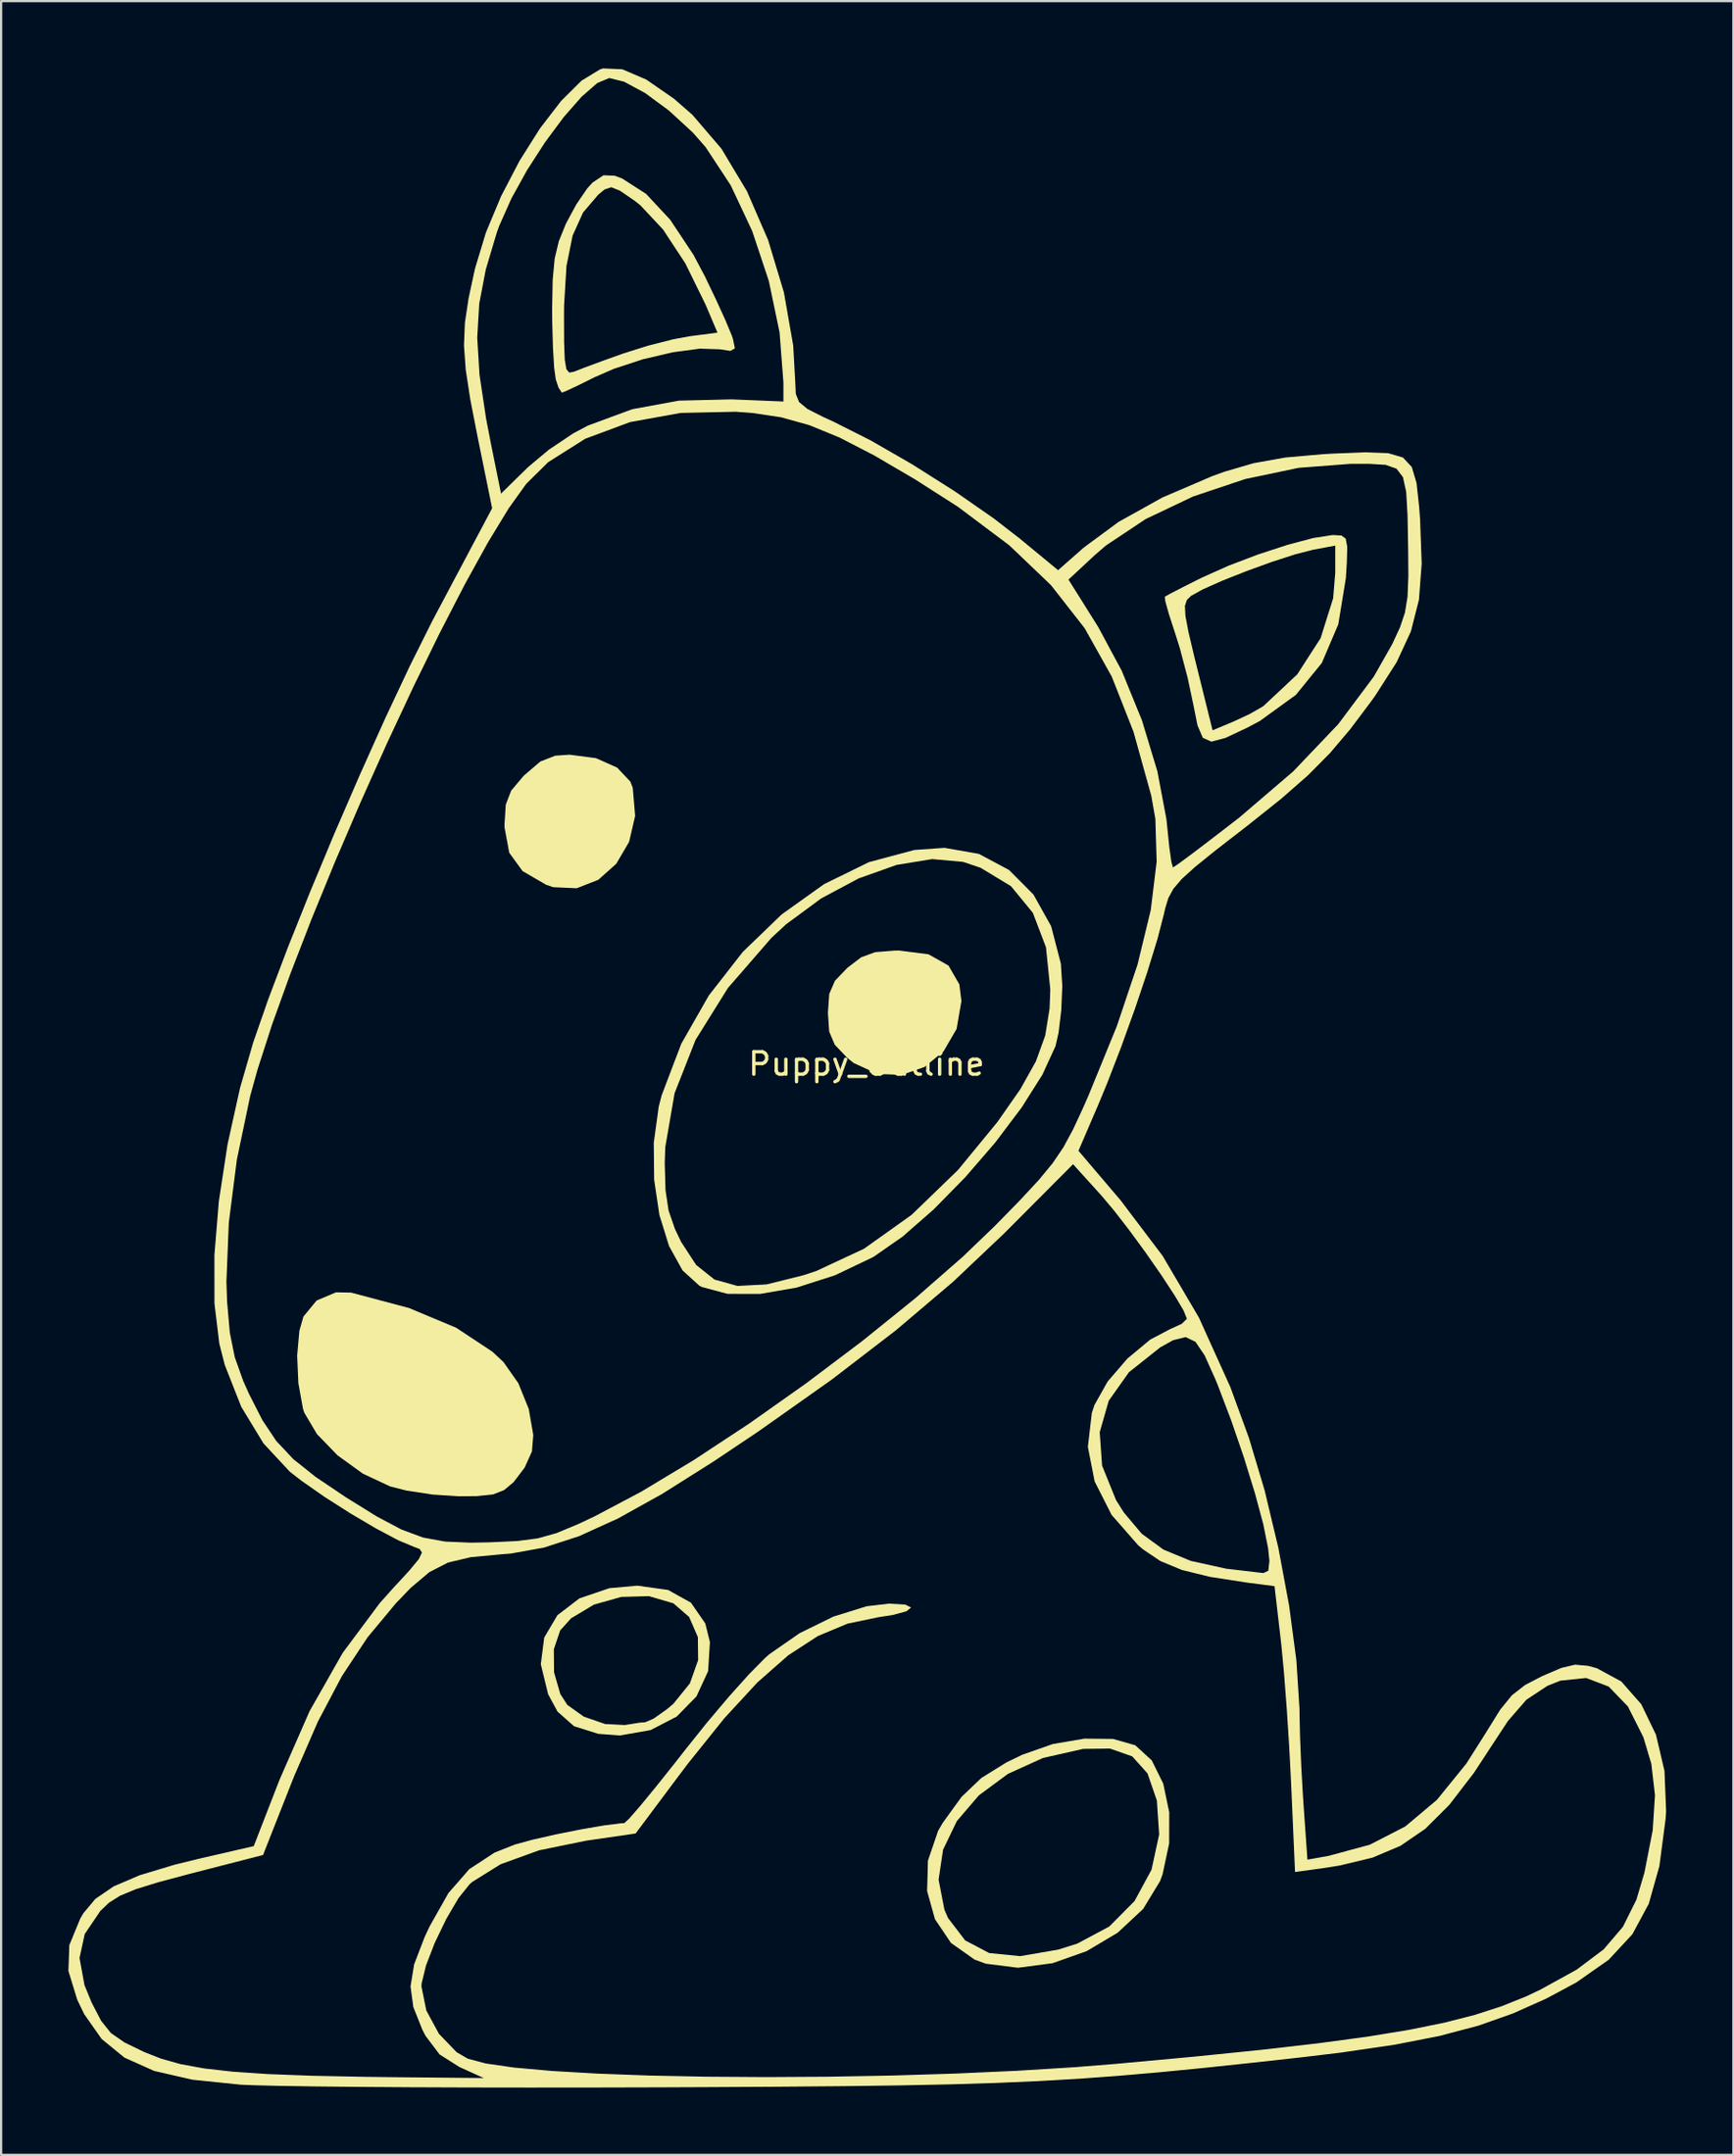
<source format=kicad_pcb>
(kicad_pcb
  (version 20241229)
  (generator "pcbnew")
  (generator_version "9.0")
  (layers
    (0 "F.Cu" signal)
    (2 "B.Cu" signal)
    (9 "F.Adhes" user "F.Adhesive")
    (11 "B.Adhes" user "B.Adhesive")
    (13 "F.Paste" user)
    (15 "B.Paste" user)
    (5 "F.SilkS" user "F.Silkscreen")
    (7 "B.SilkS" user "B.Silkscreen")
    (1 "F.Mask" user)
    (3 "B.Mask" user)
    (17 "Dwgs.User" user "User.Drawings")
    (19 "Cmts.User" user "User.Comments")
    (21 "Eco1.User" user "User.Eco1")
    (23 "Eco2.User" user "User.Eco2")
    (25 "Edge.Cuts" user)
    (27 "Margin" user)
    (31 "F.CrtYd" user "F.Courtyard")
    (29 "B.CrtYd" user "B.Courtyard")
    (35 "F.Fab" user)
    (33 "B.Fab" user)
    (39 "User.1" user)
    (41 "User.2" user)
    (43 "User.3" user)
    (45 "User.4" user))
  (footprint "Puppy_Outline"
    (layer "F.Cu")
    (at 35.586 44.878)
    (property "Reference" "Puppy_Outline" (at 0 -0.5 0) (unlocked yes) (layer "F.SilkS") (effects (font (size 1 1) (thickness 0.15))))
    (attr smd)
    (fp_poly (pts (xy 2.769 -5.388) (xy 3.66 -4.884) (xy 4.141 -4.047) (xy 4.233 -3.306) (xy 4.018 -2.063) (xy 3.439 -1.067) (xy 2.592 -0.369) (xy 1.577 -0.015) (xy 0.491 -0.056) (xy -0.567 -0.541) (xy -0.856 -0.772) (xy -1.412 -1.354) (xy -1.662 -1.942) (xy -1.72 -2.778) (xy -1.66 -3.625) (xy -1.405 -4.211) (xy -0.856 -4.784) (xy -0.24 -5.254) (xy 0.385 -5.485) (xy 1.255 -5.555) (xy 1.471 -5.556)) (stroke (width 0) (type solid)) (fill yes) (layer "F.SilkS"))
    (fp_poly (pts (xy -12.063 -14.133) (xy -11.119 -13.712) (xy -10.528 -13.086) (xy -10.422 -12.811) (xy -10.315 -11.558) (xy -10.584 -10.403) (xy -11.157 -9.425) (xy -11.961 -8.708) (xy -12.923 -8.333) (xy -13.97 -8.381) (xy -14.287 -8.489) (xy -15.335 -9.099) (xy -15.93 -9.918) (xy -16.138 -11.039) (xy -16.14 -11.185) (xy -16.084 -12.063) (xy -15.843 -12.685) (xy -15.309 -13.319) (xy -15.24 -13.388) (xy -14.546 -13.98) (xy -13.886 -14.241) (xy -13.242 -14.287)) (stroke (width 0) (type solid)) (fill yes) (layer "F.SilkS"))
    (fp_poly (pts (xy -22.979 9.691) (xy -20.393 10.38) (xy -18.295 11.258) (xy -16.678 12.327) (xy -16.188 12.785) (xy -15.524 13.728) (xy -15.058 14.883) (xy -14.857 16.039) (xy -14.918 16.773) (xy -15.242 17.49) (xy -15.741 18.147) (xy -16.163 18.496) (xy -16.653 18.688) (xy -17.378 18.763) (xy -18.178 18.769) (xy -19.345 18.694) (xy -20.516 18.515) (xy -21.243 18.33) (xy -22.454 17.763) (xy -23.585 16.946) (xy -24.501 16) (xy -25.068 15.045) (xy -25.126 14.868) (xy -25.332 13.73) (xy -25.386 12.502) (xy -25.288 11.397) (xy -25.106 10.757) (xy -24.515 10.042) (xy -23.655 9.679)) (stroke (width 0) (type solid)) (fill yes) (layer "F.SilkS"))
    (fp_poly (pts (xy -8.844 22.947) (xy -7.827 23.513) (xy -7.189 24.437) (xy -6.981 25.268) (xy -7.061 26.563) (xy -7.582 27.692) (xy -8.463 28.59) (xy -9.625 29.192) (xy -10.988 29.432) (xy -11.959 29.36) (xy -13.04 29.02) (xy -13.776 28.369) (xy -14.196 27.591) (xy -14.522 26.258) (xy -14.437 25.589) (xy -13.941 25.589) (xy -13.932 26.613) (xy -13.654 27.582) (xy -13.339 28.07) (xy -12.607 28.592) (xy -11.656 28.922) (xy -10.766 28.967) (xy -10.716 28.958) (xy -10.118 28.862) (xy -9.865 28.843) (xy -9.487 28.678) (xy -8.902 28.264) (xy -8.616 28.026) (xy -7.873 27.108) (xy -7.507 26.073) (xy -7.519 25.046) (xy -7.908 24.15) (xy -8.611 23.541) (xy -9.697 23.222) (xy -10.936 23.256) (xy -12.153 23.599) (xy -13.173 24.211) (xy -13.658 24.75) (xy -13.941 25.589) (xy -14.437 25.589) (xy -14.37 25.067) (xy -13.781 24.071) (xy -12.799 23.32) (xy -11.466 22.867) (xy -10.217 22.754)) (stroke (width 0) (type solid)) (fill yes) (layer "F.SilkS"))
    (fp_poly (pts (xy 10.993 29.586) (xy 11.982 29.868) (xy 11.985 29.87) (xy 12.72 30.542) (xy 13.232 31.579) (xy 13.499 32.855) (xy 13.496 34.244) (xy 13.202 35.623) (xy 13.091 35.923) (xy 12.336 37.164) (xy 11.204 38.222) (xy 9.817 39.046) (xy 8.294 39.584) (xy 6.754 39.787) (xy 5.317 39.605) (xy 4.82 39.422) (xy 3.769 38.682) (xy 3.055 37.625) (xy 2.703 36.365) (xy 2.717 35.86) (xy 3.215 35.86) (xy 3.476 37.203) (xy 3.638 37.571) (xy 4.397 38.564) (xy 5.468 39.13) (xy 6.849 39.269) (xy 8.539 38.98) (xy 9.393 38.712) (xy 10.827 37.947) (xy 11.951 36.815) (xy 12.71 35.415) (xy 13.05 33.842) (xy 12.947 32.329) (xy 12.531 31.124) (xy 11.849 30.364) (xy 10.858 30.016) (xy 9.657 30.031) (xy 7.872 30.434) (xy 6.306 31.145) (xy 5.009 32.103) (xy 4.029 33.249) (xy 3.415 34.522) (xy 3.215 35.86) (xy 2.717 35.86) (xy 2.74 35.014) (xy 3.192 33.685) (xy 3.402 33.323) (xy 4.238 32.17) (xy 5.12 31.328) (xy 6.239 30.634) (xy 6.936 30.295) (xy 8.311 29.813) (xy 9.717 29.573)) (stroke (width 0) (type solid)) (fill yes) (layer "F.SilkS"))
    (fp_poly (pts (xy 21.175 -24.057) (xy 21.366 -23.921) (xy 21.436 -23.556) (xy 21.418 -22.849) (xy 21.375 -22.159) (xy 21.038 -20.099) (xy 20.303 -18.376) (xy 19.145 -16.952) (xy 17.539 -15.789) (xy 17.008 -15.507) (xy 16.015 -15.038) (xy 15.379 -14.867) (xy 14.996 -15.039) (xy 14.759 -15.594) (xy 14.578 -16.498) (xy 14.319 -17.72) (xy 13.974 -19.025) (xy 13.757 -19.717) (xy 13.491 -20.532) (xy 13.381 -20.922) (xy 14.199 -20.922) (xy 14.22 -20.48) (xy 14.357 -19.756) (xy 14.618 -18.653) (xy 14.729 -18.205) (xy 15.432 -15.375) (xy 16.361 -15.763) (xy 17.092 -16.104) (xy 17.658 -16.428) (xy 17.707 -16.462) (xy 19.206 -17.866) (xy 20.248 -19.48) (xy 20.808 -21.259) (xy 20.902 -22.397) (xy 20.902 -23.607) (xy 19.91 -23.422) (xy 19.13 -23.222) (xy 18.093 -22.887) (xy 16.954 -22.475) (xy 15.865 -22.043) (xy 14.982 -21.65) (xy 14.473 -21.366) (xy 14.286 -21.185) (xy 14.199 -20.922) (xy 13.381 -20.922) (xy 13.327 -21.116) (xy 13.3 -21.326) (xy 13.556 -21.471) (xy 14.156 -21.78) (xy 14.954 -22.18) (xy 16.139 -22.71) (xy 17.46 -23.212) (xy 18.767 -23.639) (xy 19.913 -23.943) (xy 20.75 -24.075) (xy 20.832 -24.077)) (stroke (width 0) (type solid)) (fill yes) (layer "F.SilkS"))
    (fp_poly (pts (xy -11.234 -40.096) (xy -10.892 -39.97) (xy -9.827 -39.285) (xy -8.752 -38.132) (xy -7.716 -36.571) (xy -7.194 -35.586) (xy -6.7 -34.553) (xy -6.281 -33.632) (xy -6.008 -32.977) (xy -5.958 -32.835) (xy -5.867 -32.402) (xy -6.065 -32.285) (xy -6.544 -32.358) (xy -7.436 -32.386) (xy -8.634 -32.225) (xy -9.969 -31.913) (xy -11.269 -31.486) (xy -12.131 -31.109) (xy -12.879 -30.739) (xy -13.413 -30.491) (xy -13.586 -30.427) (xy -13.731 -30.647) (xy -13.856 -31.022) (xy -13.927 -31.543) (xy -13.981 -32.439) (xy -14.012 -33.555) (xy -14.015 -33.905) (xy -13.488 -33.905) (xy -13.483 -32.679) (xy -13.454 -31.897) (xy -13.383 -31.473) (xy -13.255 -31.32) (xy -13.056 -31.353) (xy -13.031 -31.364) (xy -12.552 -31.551) (xy -11.751 -31.847) (xy -10.848 -32.17) (xy -9.74 -32.519) (xy -8.618 -32.804) (xy -7.887 -32.939) (xy -6.645 -33.101) (xy -7.173 -34.344) (xy -8.076 -36.184) (xy -9.069 -37.694) (xy -10.091 -38.785) (xy -10.351 -38.988) (xy -10.993 -39.427) (xy -11.379 -39.583) (xy -11.682 -39.481) (xy -11.958 -39.252) (xy -12.639 -38.455) (xy -13.104 -37.424) (xy -13.377 -36.072) (xy -13.484 -34.313) (xy -13.488 -33.905) (xy -14.015 -33.905) (xy -14.017 -34.131) (xy -13.993 -35.445) (xy -13.903 -36.403) (xy -13.719 -37.175) (xy -13.412 -37.934) (xy -13.396 -37.968) (xy -12.939 -38.816) (xy -12.454 -39.526) (xy -12.215 -39.789) (xy -11.73 -40.115)) (stroke (width 0) (type solid)) (fill yes) (layer "F.SilkS"))
    (fp_poly (pts (xy 5.011 -9.866) (xy 6.353 -9.15) (xy 7.445 -8.053) (xy 8.235 -6.639) (xy 8.667 -4.972) (xy 8.731 -3.978) (xy 8.685 -2.9) (xy 8.566 -1.9) (xy 8.429 -1.296) (xy 7.846 -0.028) (xy 6.92 1.438) (xy 5.743 2.999) (xy 4.404 4.549) (xy 2.995 5.983) (xy 1.607 7.197) (xy 0.33 8.086) (xy 0.265 8.123) (xy -1.407 8.92) (xy -3.115 9.468) (xy -4.747 9.75) (xy -6.193 9.747) (xy -7.343 9.441) (xy -7.448 9.387) (xy -8.202 8.702) (xy -8.805 7.613) (xy -9.234 6.23) (xy -9.468 4.662) (xy -9.476 3.927) (xy -8.996 3.927) (xy -8.961 5.129) (xy -8.825 6.029) (xy -8.542 6.851) (xy -8.268 7.427) (xy -7.596 8.458) (xy -6.779 9.109) (xy -5.753 9.394) (xy -4.454 9.326) (xy -2.817 8.918) (xy -2.236 8.727) (xy -0.101 7.73) (xy 2.013 6.223) (xy 4.08 4.225) (xy 5.833 2.092) (xy 6.859 0.625) (xy 7.554 -0.617) (xy 7.97 -1.77) (xy 8.164 -2.971) (xy 8.196 -3.819) (xy 8.004 -5.701) (xy 7.417 -7.24) (xy 6.443 -8.425) (xy 5.087 -9.247) (xy 4.305 -9.509) (xy 2.927 -9.633) (xy 1.342 -9.374) (xy -0.344 -8.775) (xy -2.023 -7.878) (xy -3.587 -6.725) (xy -4.239 -6.121) (xy -6.18 -3.886) (xy -7.622 -1.573) (xy -8.556 0.8) (xy -8.973 3.213) (xy -8.996 3.927) (xy -9.476 3.927) (xy -9.486 3.018) (xy -9.265 1.407) (xy -9.136 0.904) (xy -8.258 -1.403) (xy -7.03 -3.554) (xy -5.517 -5.494) (xy -3.781 -7.168) (xy -1.886 -8.52) (xy 0.106 -9.496) (xy 2.131 -10.039) (xy 3.477 -10.135)) (stroke (width 0) (type solid)) (fill yes) (layer "F.SilkS"))
    (fp_poly (pts (xy -10.889 -44.84) (xy -9.817 -44.38) (xy -8.586 -43.529) (xy -7.761 -42.809) (xy -6.471 -41.304) (xy -5.33 -39.403) (xy -4.385 -37.225) (xy -3.682 -34.893) (xy -3.268 -32.528) (xy -3.176 -30.893) (xy -3.151 -30.367) (xy -3.005 -30.005) (xy -2.635 -29.7) (xy -1.935 -29.343) (xy -1.459 -29.125) (xy 0.185 -28.297) (xy 2.042 -27.228) (xy 3.932 -26.031) (xy 5.676 -24.818) (xy 6.822 -23.931) (xy 8.543 -22.512) (xy 9.684 -23.516) (xy 11.24 -24.664) (xy 13.194 -25.751) (xy 15.415 -26.704) (xy 15.942 -26.895) (xy 17.256 -27.28) (xy 18.671 -27.533) (xy 20.381 -27.685) (xy 20.782 -27.707) (xy 22.241 -27.765) (xy 23.258 -27.729) (xy 23.921 -27.533) (xy 24.314 -27.112) (xy 24.526 -26.4) (xy 24.643 -25.332) (xy 24.685 -24.765) (xy 24.756 -22.805) (xy 24.634 -21.196) (xy 24.275 -19.783) (xy 23.639 -18.409) (xy 22.684 -16.918) (xy 22.501 -16.662) (xy 21.559 -15.409) (xy 20.657 -14.348) (xy 19.68 -13.363) (xy 18.511 -12.339) (xy 17.035 -11.16) (xy 16.757 -10.945) (xy 15.525 -9.99) (xy 14.648 -9.281) (xy 14.057 -8.746) (xy 13.684 -8.31) (xy 13.462 -7.901) (xy 13.321 -7.445) (xy 13.26 -7.174) (xy 12.975 -6.072) (xy 12.53 -4.625) (xy 11.976 -2.976) (xy 11.359 -1.267) (xy 10.731 0.36) (xy 10.319 1.354) (xy 9.452 3.369) (xy 11.326 5.571) (xy 13.203 8.051) (xy 14.821 10.801) (xy 16.229 13.914) (xy 17.054 16.171) (xy 17.757 18.522) (xy 18.364 21.065) (xy 18.844 23.638) (xy 19.168 26.077) (xy 19.306 28.219) (xy 19.309 28.468) (xy 19.332 29.506) (xy 19.387 30.826) (xy 19.465 32.186) (xy 19.488 32.525) (xy 19.661 34.968) (xy 20.613 34.797) (xy 22.439 34.303) (xy 24.022 33.49) (xy 25.434 32.303) (xy 26.748 30.684) (xy 27.649 29.262) (xy 28.256 28.283) (xy 28.781 27.638) (xy 29.368 27.181) (xy 30.126 26.787) (xy 30.987 26.419) (xy 31.597 26.276) (xy 32.169 26.327) (xy 32.566 26.434) (xy 33.656 27.025) (xy 34.546 28.039) (xy 35.201 29.394) (xy 35.582 31.011) (xy 35.655 32.809) (xy 35.631 33.159) (xy 35.355 35.253) (xy 34.883 36.932) (xy 34.151 38.291) (xy 33.095 39.43) (xy 31.649 40.443) (xy 30.324 41.154) (xy 28.84 41.818) (xy 27.282 42.368) (xy 25.551 42.826) (xy 23.549 43.217) (xy 21.178 43.565) (xy 19.447 43.773) (xy 17.082 44.035) (xy 14.969 44.259) (xy 13.039 44.448) (xy 11.225 44.605) (xy 9.46 44.735) (xy 7.676 44.838) (xy 5.805 44.92) (xy 3.78 44.983) (xy 1.533 45.03) (xy -1.002 45.064) (xy -3.895 45.089) (xy -7.211 45.108) (xy -9.26 45.117) (xy -12.2 45.125) (xy -15.061 45.127) (xy -17.786 45.123) (xy -20.316 45.113) (xy -22.594 45.097) (xy -24.561 45.077) (xy -26.161 45.052) (xy -27.334 45.023) (xy -27.914 44.998) (xy -30.059 44.776) (xy -31.761 44.386) (xy -33.086 43.793) (xy -34.104 42.961) (xy -34.882 41.854) (xy -35.191 41.213) (xy -35.586 39.927) (xy -35.565 39.35) (xy -35.09 39.35) (xy -34.87 40.558) (xy -34.549 41.34) (xy -34.125 42.154) (xy -33.694 42.693) (xy -33.089 43.113) (xy -32.21 43.541) (xy -31.447 43.841) (xy -30.578 44.084) (xy -29.538 44.274) (xy -28.262 44.419) (xy -26.685 44.526) (xy -24.744 44.6) (xy -22.373 44.648) (xy -20.902 44.666) (xy -17.066 44.703) (xy -18.152 44.21) (xy -19.036 43.65) (xy -19.666 42.816) (xy -19.806 42.544) (xy -20.207 41.535) (xy -20.331 40.616) (xy -20.169 39.633) (xy -19.708 38.431) (xy -19.483 37.948) (xy -18.641 36.457) (xy -17.712 35.393) (xy -16.589 34.656) (xy -15.685 34.296) (xy -14.905 34.082) (xy -13.86 33.844) (xy -12.73 33.619) (xy -11.698 33.441) (xy -10.943 33.346) (xy -10.8 33.339) (xy -10.584 33.141) (xy -10.107 32.593) (xy -9.427 31.768) (xy -8.605 30.738) (xy -8.103 30.096) (xy -7.122 28.87) (xy -6.138 27.706) (xy -5.246 26.711) (xy -4.54 25.994) (xy -4.343 25.818) (xy -2.985 24.874) (xy -1.477 24.134) (xy 0.004 23.673) (xy 1.008 23.554) (xy 1.741 23.602) (xy 1.988 23.729) (xy 1.78 23.897) (xy 1.146 24.067) (xy 0.537 24.159) (xy -0.842 24.447) (xy -2.167 24.999) (xy -3.49 25.859) (xy -4.862 27.066) (xy -6.337 28.663) (xy -7.964 30.69) (xy -8.391 31.255) (xy -10.295 33.802) (xy -12.49 34.12) (xy -14.602 34.552) (xy -16.317 35.174) (xy -17.583 35.963) (xy -17.695 36.062) (xy -18.192 36.682) (xy -18.737 37.61) (xy -19.248 38.67) (xy -19.642 39.687) (xy -19.836 40.485) (xy -19.844 40.618) (xy -19.628 41.69) (xy -19.063 42.732) (xy -18.275 43.55) (xy -17.778 43.839) (xy -16.974 44.054) (xy -15.703 44.237) (xy -14.025 44.387) (xy -12.002 44.505) (xy -9.696 44.591) (xy -7.166 44.642) (xy -4.475 44.66) (xy -1.683 44.643) (xy 1.149 44.591) (xy 3.959 44.503) (xy 6.687 44.38) (xy 9.271 44.22) (xy 11.113 44.072) (xy 14.58 43.752) (xy 17.569 43.449) (xy 20.132 43.154) (xy 22.318 42.86) (xy 24.179 42.557) (xy 25.765 42.235) (xy 27.128 41.887) (xy 28.317 41.503) (xy 29.384 41.075) (xy 30.03 40.772) (xy 31.667 39.87) (xy 32.871 38.965) (xy 33.728 37.961) (xy 34.327 36.759) (xy 34.689 35.544) (xy 35.056 33.663) (xy 35.158 32.095) (xy 34.995 30.693) (xy 34.644 29.517) (xy 33.951 28.139) (xy 33.096 27.254) (xy 32.089 26.869) (xy 30.942 26.989) (xy 30.358 27.222) (xy 29.425 27.838) (xy 28.607 28.78) (xy 28.3 29.245) (xy 27.085 31.099) (xy 25.986 32.527) (xy 24.921 33.59) (xy 23.807 34.353) (xy 22.562 34.878) (xy 21.103 35.229) (xy 20.309 35.354) (xy 19.108 35.518) (xy 18.934 31.584) (xy 18.849 29.933) (xy 18.738 28.225) (xy 18.616 26.644) (xy 18.496 25.376) (xy 18.477 25.213) (xy 18.194 22.777) (xy 16.968 22.618) (xy 15.31 22.361) (xy 14.062 22.054) (xy 13.106 21.658) (xy 12.322 21.131) (xy 12.113 20.951) (xy 10.929 19.599) (xy 10.173 18.109) (xy 9.871 16.566) (xy 9.947 15.915) (xy 10.399 15.915) (xy 10.505 17.405) (xy 11.13 18.945) (xy 11.471 19.487) (xy 12.27 20.436) (xy 13.235 21.143) (xy 14.459 21.65) (xy 16.034 21.997) (xy 17.697 22.193) (xy 17.918 22.088) (xy 17.966 21.651) (xy 17.908 21.087) (xy 17.696 20.03) (xy 17.32 18.63) (xy 16.825 17.028) (xy 16.255 15.367) (xy 15.653 13.79) (xy 15.559 13.56) (xy 15.081 12.495) (xy 14.668 11.883) (xy 14.229 11.673) (xy 13.675 11.812) (xy 13.097 12.133) (xy 11.703 13.24) (xy 10.801 14.513) (xy 10.399 15.915) (xy 9.947 15.915) (xy 10.048 15.052) (xy 10.167 14.697) (xy 10.752 13.656) (xy 11.635 12.63) (xy 12.651 11.786) (xy 13.52 11.328) (xy 14.058 11.082) (xy 14.287 10.859) (xy 14.287 10.856) (xy 14.137 10.487) (xy 13.732 9.804) (xy 13.146 8.911) (xy 12.451 7.911) (xy 11.717 6.909) (xy 11.017 6.007) (xy 10.468 5.357) (xy 9.211 3.968) (xy 6.133 7.057) (xy 3.86 9.21) (xy 1.318 11.366) (xy -1.555 13.573) (xy -4.826 15.884) (xy -6.827 17.224) (xy -9.107 18.662) (xy -11.079 19.759) (xy -12.814 20.548) (xy -14.382 21.058) (xy -15.855 21.322) (xy -16.272 21.356) (xy -17.643 21.484) (xy -18.66 21.724) (xy -19.497 22.155) (xy -20.329 22.859) (xy -20.975 23.529) (xy -22.25 25.062) (xy -23.391 26.786) (xy -24.458 28.807) (xy -25.514 31.233) (xy -25.661 31.601) (xy -26.907 34.76) (xy -30.17 35.599) (xy -31.586 35.977) (xy -32.589 36.288) (xy -33.283 36.576) (xy -33.772 36.883) (xy -34.16 37.252) (xy -34.164 37.257) (xy -34.858 38.283) (xy -35.09 39.35) (xy -35.565 39.35) (xy -35.545 38.779) (xy -35.055 37.588) (xy -34.917 37.354) (xy -34.379 36.712) (xy -33.568 36.159) (xy -32.414 35.664) (xy -30.845 35.192) (xy -29.705 34.913) (xy -27.322 34.365) (xy -26.171 31.404) (xy -24.834 28.352) (xy -23.356 25.75) (xy -21.698 23.525) (xy -21.116 22.875) (xy -20.375 22.071) (xy -19.958 21.566) (xy -19.822 21.277) (xy -19.924 21.12) (xy -20.164 21.03) (xy -20.872 20.734) (xy -21.867 20.207) (xy -23.011 19.533) (xy -24.165 18.797) (xy -25.192 18.08) (xy -25.716 17.672) (xy -26.886 16.415) (xy -27.879 14.781) (xy -28.615 12.913) (xy -28.857 11.964) (xy -29.074 10.172) (xy -29.075 9.203) (xy -28.54 9.203) (xy -28.51 10.096) (xy -28.389 11.474) (xy -28.168 12.57) (xy -27.79 13.632) (xy -27.535 14.201) (xy -26.936 15.377) (xy -26.315 16.307) (xy -25.559 17.112) (xy -24.554 17.913) (xy -23.203 18.821) (xy -21.832 19.671) (xy -20.738 20.251) (xy -19.774 20.609) (xy -18.792 20.789) (xy -17.645 20.838) (xy -16.783 20.822) (xy -15.575 20.765) (xy -14.659 20.646) (xy -13.825 20.413) (xy -12.864 20.014) (xy -12.126 19.666) (xy -10.056 18.572) (xy -7.723 17.169) (xy -5.232 15.53) (xy -2.684 13.73) (xy -0.181 11.844) (xy 2.173 9.945) (xy 4.276 8.108) (xy 5.716 6.727) (xy 6.846 5.572) (xy 7.68 4.675) (xy 8.298 3.926) (xy 8.782 3.211) (xy 9.211 2.418) (xy 9.667 1.435) (xy 9.889 0.93) (xy 11.16 -2.179) (xy 12.086 -4.932) (xy 12.676 -7.365) (xy 12.938 -9.519) (xy 12.88 -11.43) (xy 12.697 -12.465) (xy 11.904 -15.314) (xy 10.935 -17.771) (xy 9.731 -19.92) (xy 8.229 -21.841) (xy 7.966 -22.093) (xy 9.007 -22.093) (xy 10.334 -19.976) (xy 11.381 -18.029) (xy 12.283 -15.818) (xy 12.971 -13.545) (xy 13.374 -11.413) (xy 13.412 -11.046) (xy 13.504 -10.153) (xy 13.595 -9.512) (xy 13.665 -9.261) (xy 13.666 -9.26) (xy 13.898 -9.414) (xy 14.468 -9.834) (xy 15.298 -10.464) (xy 16.309 -11.242) (xy 16.641 -11.5) (xy 19.023 -13.538) (xy 21.034 -15.647) (xy 22.618 -17.764) (xy 23.447 -19.223) (xy 23.792 -19.973) (xy 24.009 -20.62) (xy 24.124 -21.323) (xy 24.162 -22.24) (xy 24.152 -23.492) (xy 24.124 -24.969) (xy 24.065 -25.999) (xy 23.919 -26.661) (xy 23.632 -27.037) (xy 23.148 -27.207) (xy 22.413 -27.252) (xy 21.588 -27.252) (xy 19.268 -27.074) (xy 16.882 -26.573) (xy 14.564 -25.796) (xy 12.449 -24.791) (xy 10.671 -23.607) (xy 10.172 -23.176) (xy 9.007 -22.093) (xy 7.966 -22.093) (xy 6.37 -23.617) (xy 4.091 -25.328) (xy 2.158 -26.565) (xy 0.323 -27.638) (xy -1.208 -28.427) (xy -2.546 -28.976) (xy -3.805 -29.326) (xy -5.095 -29.52) (xy -5.834 -29.574) (xy -8.287 -29.521) (xy -10.546 -29.112) (xy -12.54 -28.37) (xy -14.199 -27.322) (xy -15.176 -26.355) (xy -15.955 -25.267) (xy -16.878 -23.75) (xy -17.915 -21.872) (xy -19.033 -19.704) (xy -20.201 -17.316) (xy -21.389 -14.776) (xy -22.564 -12.154) (xy -23.695 -9.52) (xy -24.75 -6.944) (xy -25.699 -4.494) (xy -26.51 -2.242) (xy -27.152 -0.255) (xy -27.48 0.926) (xy -28.074 3.76) (xy -28.434 6.58) (xy -28.54 9.203) (xy -29.075 9.203) (xy -29.076 8.019) (xy -28.878 5.621) (xy -28.492 3.096) (xy -27.931 0.56) (xy -27.347 -1.455) (xy -26.682 -3.366) (xy -25.825 -5.632) (xy -24.824 -8.136) (xy -23.729 -10.763) (xy -22.588 -13.397) (xy -21.453 -15.922) (xy -20.371 -18.223) (xy -19.393 -20.182) (xy -19.201 -20.549) (xy -16.692 -25.273) (xy -17.339 -28.446) (xy -17.667 -30.129) (xy -17.869 -31.443) (xy -17.948 -32.533) (xy -17.934 -32.877) (xy -17.357 -32.877) (xy -17.254 -31.211) (xy -16.96 -29.259) (xy -16.738 -28.11) (xy -16.295 -25.925) (xy -15.093 -27.103) (xy -14.157 -27.887) (xy -13.064 -28.617) (xy -12.435 -28.952) (xy -10.445 -29.687) (xy -8.364 -30.069) (xy -6.021 -30.126) (xy -5.919 -30.122) (xy -3.704 -30.03) (xy -3.704 -30.879) (xy -3.875 -33.107) (xy -4.354 -35.401) (xy -5.096 -37.63) (xy -6.051 -39.663) (xy -7.173 -41.369) (xy -7.748 -42.024) (xy -8.81 -42.999) (xy -9.866 -43.778) (xy -10.805 -44.285) (xy -11.468 -44.45) (xy -12.005 -44.226) (xy -12.706 -43.614) (xy -13.504 -42.703) (xy -14.335 -41.583) (xy -15.135 -40.343) (xy -15.837 -39.072) (xy -16.377 -37.859) (xy -16.485 -37.558) (xy -16.976 -35.912) (xy -17.266 -34.398) (xy -17.357 -32.877) (xy -17.934 -32.877) (xy -17.906 -33.543) (xy -17.745 -34.617) (xy -17.468 -35.9) (xy -17.449 -35.981) (xy -16.97 -37.561) (xy -16.291 -39.185) (xy -15.468 -40.763) (xy -14.557 -42.206) (xy -13.618 -43.426) (xy -12.706 -44.333) (xy -11.878 -44.837) (xy -11.745 -44.878)) (stroke (width 0) (type solid)) (fill yes) (layer "F.SilkS")))
  (gr_rect
    (start -3 -3)
    (end 74.24 93.005)
    (stroke (width 0.1) (type default))
    (fill no)
    (layer "Edge.Cuts")))
</source>
